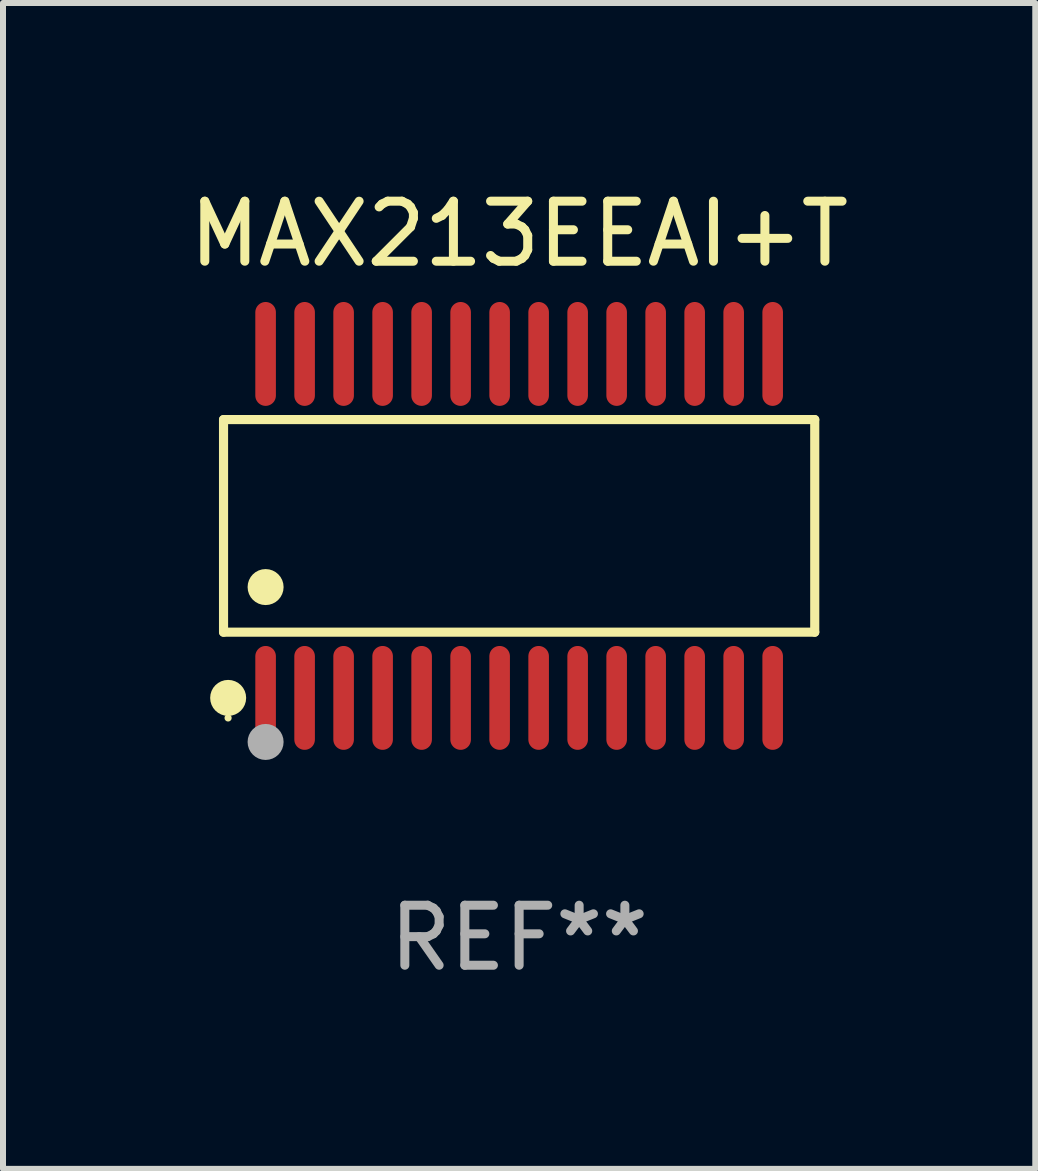
<source format=kicad_pcb>
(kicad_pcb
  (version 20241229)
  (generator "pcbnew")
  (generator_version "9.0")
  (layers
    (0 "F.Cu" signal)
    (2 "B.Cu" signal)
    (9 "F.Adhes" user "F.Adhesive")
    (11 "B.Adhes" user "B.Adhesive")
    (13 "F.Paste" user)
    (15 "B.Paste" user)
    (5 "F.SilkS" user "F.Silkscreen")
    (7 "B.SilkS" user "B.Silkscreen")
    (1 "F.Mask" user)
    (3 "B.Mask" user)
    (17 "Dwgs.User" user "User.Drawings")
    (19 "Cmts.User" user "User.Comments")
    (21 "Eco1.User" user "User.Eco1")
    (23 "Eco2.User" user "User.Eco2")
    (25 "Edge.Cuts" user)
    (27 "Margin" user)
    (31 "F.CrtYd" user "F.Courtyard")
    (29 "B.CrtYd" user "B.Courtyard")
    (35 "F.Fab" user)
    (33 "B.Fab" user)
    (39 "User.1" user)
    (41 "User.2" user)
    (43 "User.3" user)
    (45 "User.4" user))
  (footprint "MAX213EEAI+T"
    (layer "F.Cu")
    (at 5.601 5.714)
    (property "Reference" "MAX213EEAI+T" (at 0 -4.866 0) (layer "F.SilkS") (effects (font (size 1 1) (thickness 0.15))))
    (attr through_hole)
    (fp_line (start -4.926 -1.772) (end 4.926 -1.772) (stroke (width 0.152) (type solid)) (layer "F.SilkS"))
    (fp_line (start -4.926 1.771) (end -4.926 -1.772) (stroke (width 0.152) (type solid)) (layer "F.SilkS"))
    (fp_line (start 4.926 -1.772) (end 4.926 1.771) (stroke (width 0.152) (type solid)) (layer "F.SilkS"))
    (fp_line (start 4.926 1.771) (end -4.926 1.771) (stroke (width 0.152) (type solid)) (layer "F.SilkS"))
    (fp_circle (center -4.85 3.2) (end -4.82 3.2) (stroke (width 0.06) (type solid)) (fill no) (layer "F.SilkS"))
    (fp_circle (center -4.849 2.866) (end -4.699 2.866) (stroke (width 0.3) (type solid)) (fill no) (layer "F.SilkS"))
    (fp_circle (center -4.225 1.019) (end -4.075 1.019) (stroke (width 0.3) (type solid)) (fill no) (layer "F.SilkS"))
    (fp_circle (center -4.225 3.6) (end -4.075 3.6) (stroke (width 0.3) (type solid)) (fill no) (layer "F.Fab"))
    (fp_text user "REF**" (at 0 6.866 0) (layer "F.Fab") (effects (font (size 1 1) (thickness 0.15))))
    (pad "1" smd oval (at -4.225 2.866) (size 0.343 1.731) (layers "F.Cu" "F.Mask" "F.Paste"))
    (pad "2" smd oval (at -3.575 2.866) (size 0.343 1.731) (layers "F.Cu" "F.Mask" "F.Paste"))
    (pad "3" smd oval (at -2.925 2.866) (size 0.343 1.731) (layers "F.Cu" "F.Mask" "F.Paste"))
    (pad "4" smd oval (at -2.275 2.866) (size 0.343 1.731) (layers "F.Cu" "F.Mask" "F.Paste"))
    (pad "5" smd oval (at -1.625 2.866) (size 0.343 1.731) (layers "F.Cu" "F.Mask" "F.Paste"))
    (pad "6" smd oval (at -0.975 2.866) (size 0.343 1.731) (layers "F.Cu" "F.Mask" "F.Paste"))
    (pad "7" smd oval (at -0.325 2.866) (size 0.343 1.731) (layers "F.Cu" "F.Mask" "F.Paste"))
    (pad "8" smd oval (at 0.325 2.866) (size 0.343 1.731) (layers "F.Cu" "F.Mask" "F.Paste"))
    (pad "9" smd oval (at 0.975 2.866) (size 0.343 1.731) (layers "F.Cu" "F.Mask" "F.Paste"))
    (pad "10" smd oval (at 1.625 2.866) (size 0.343 1.731) (layers "F.Cu" "F.Mask" "F.Paste"))
    (pad "11" smd oval (at 2.275 2.866) (size 0.343 1.731) (layers "F.Cu" "F.Mask" "F.Paste"))
    (pad "12" smd oval (at 2.925 2.866) (size 0.343 1.731) (layers "F.Cu" "F.Mask" "F.Paste"))
    (pad "13" smd oval (at 3.575 2.866) (size 0.343 1.731) (layers "F.Cu" "F.Mask" "F.Paste"))
    (pad "14" smd oval (at 4.225 2.866) (size 0.343 1.731) (layers "F.Cu" "F.Mask" "F.Paste"))
    (pad "15" smd oval (at 4.225 -2.866) (size 0.343 1.731) (layers "F.Cu" "F.Mask" "F.Paste"))
    (pad "16" smd oval (at 3.575 -2.866) (size 0.343 1.731) (layers "F.Cu" "F.Mask" "F.Paste"))
    (pad "17" smd oval (at 2.925 -2.866) (size 0.343 1.731) (layers "F.Cu" "F.Mask" "F.Paste"))
    (pad "18" smd oval (at 2.275 -2.866) (size 0.343 1.731) (layers "F.Cu" "F.Mask" "F.Paste"))
    (pad "19" smd oval (at 1.625 -2.866) (size 0.343 1.731) (layers "F.Cu" "F.Mask" "F.Paste"))
    (pad "20" smd oval (at 0.975 -2.866) (size 0.343 1.731) (layers "F.Cu" "F.Mask" "F.Paste"))
    (pad "21" smd oval (at 0.325 -2.866) (size 0.343 1.731) (layers "F.Cu" "F.Mask" "F.Paste"))
    (pad "22" smd oval (at -0.325 -2.866) (size 0.343 1.731) (layers "F.Cu" "F.Mask" "F.Paste"))
    (pad "23" smd oval (at -0.975 -2.866) (size 0.343 1.731) (layers "F.Cu" "F.Mask" "F.Paste"))
    (pad "24" smd oval (at -1.625 -2.866) (size 0.343 1.731) (layers "F.Cu" "F.Mask" "F.Paste"))
    (pad "25" smd oval (at -2.275 -2.866) (size 0.343 1.731) (layers "F.Cu" "F.Mask" "F.Paste"))
    (pad "26" smd oval (at -2.925 -2.866) (size 0.343 1.731) (layers "F.Cu" "F.Mask" "F.Paste"))
    (pad "27" smd oval (at -3.575 -2.866) (size 0.343 1.731) (layers "F.Cu" "F.Mask" "F.Paste"))
    (pad "28" smd oval (at -4.225 -2.866) (size 0.343 1.731) (layers "F.Cu" "F.Mask" "F.Paste")))
  (gr_rect
    (start -3 -3)
    (end 14.202 16.428)
    (stroke (width 0.1) (type default))
    (fill no)
    (layer "Edge.Cuts")))
</source>
